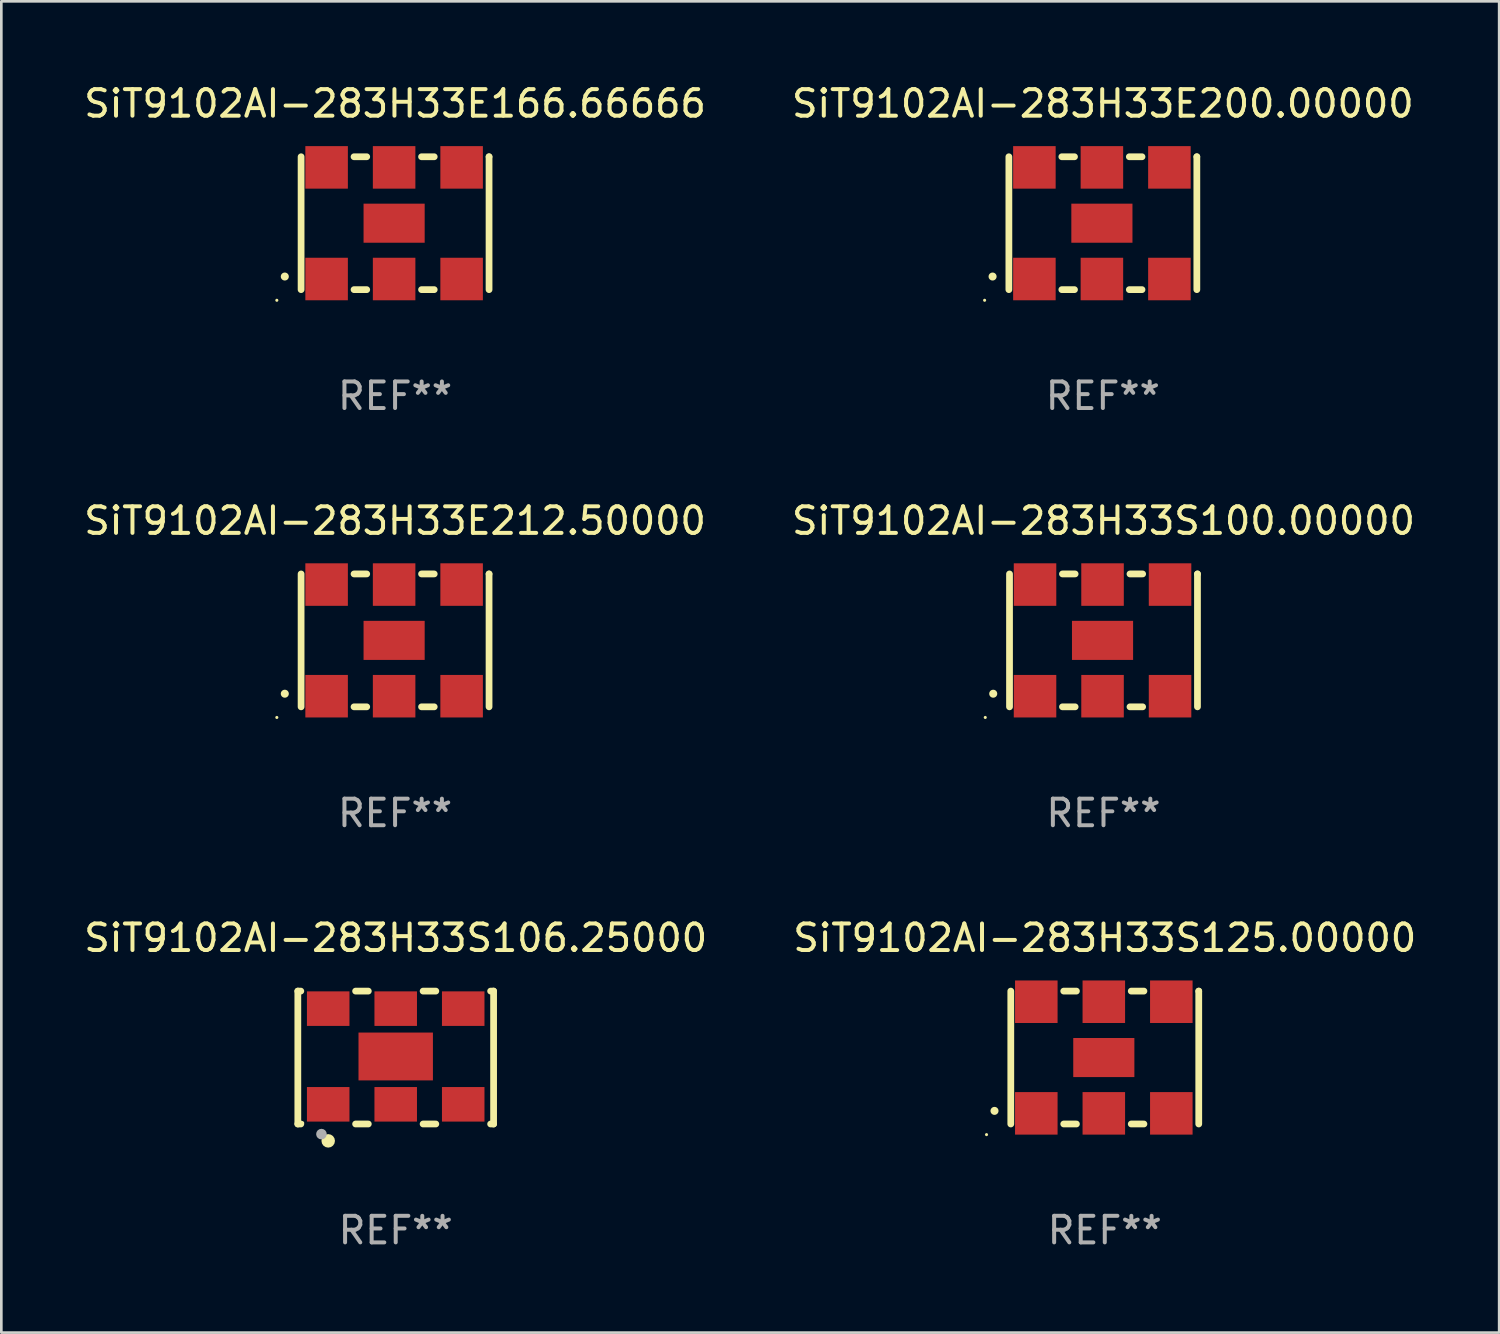
<source format=kicad_pcb>
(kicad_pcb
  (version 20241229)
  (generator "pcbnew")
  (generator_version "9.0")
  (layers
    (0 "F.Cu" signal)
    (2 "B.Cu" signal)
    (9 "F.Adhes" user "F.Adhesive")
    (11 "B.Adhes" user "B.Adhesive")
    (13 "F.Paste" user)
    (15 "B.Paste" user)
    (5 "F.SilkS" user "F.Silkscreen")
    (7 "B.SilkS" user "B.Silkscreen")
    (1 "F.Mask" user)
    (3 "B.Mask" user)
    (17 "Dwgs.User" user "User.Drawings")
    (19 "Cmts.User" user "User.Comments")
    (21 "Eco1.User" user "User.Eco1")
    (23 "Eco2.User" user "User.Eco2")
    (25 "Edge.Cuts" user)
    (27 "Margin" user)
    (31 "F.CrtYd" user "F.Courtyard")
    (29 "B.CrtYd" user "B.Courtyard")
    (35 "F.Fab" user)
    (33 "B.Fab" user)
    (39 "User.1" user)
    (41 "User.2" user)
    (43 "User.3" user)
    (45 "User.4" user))
  (footprint "SiT9102AI-283H33S106.25000"
    (layer "F.Cu")
    (at 11.839 36.741)
    (property "Reference" "SiT9102AI-283H33S106.25000" (at 0 -4.5 0) (layer "F.SilkS") (effects (font (size 1 1) (thickness 0.15))))
    (attr through_hole)
    (fp_line (start -3.683 -2.5) (end -3.571 -2.5) (stroke (width 0.254) (type solid)) (layer "F.SilkS"))
    (fp_line (start -3.683 2.5) (end -3.683 -2.5) (stroke (width 0.254) (type solid)) (layer "F.SilkS"))
    (fp_line (start -3.683 2.5) (end -3.571 2.5) (stroke (width 0.254) (type solid)) (layer "F.SilkS"))
    (fp_line (start -1.509 -2.5) (end -1.031 -2.5) (stroke (width 0.254) (type solid)) (layer "F.SilkS"))
    (fp_line (start -1.509 2.5) (end -1.031 2.5) (stroke (width 0.254) (type solid)) (layer "F.SilkS"))
    (fp_line (start 1.031 -2.5) (end 1.509 -2.5) (stroke (width 0.254) (type solid)) (layer "F.SilkS"))
    (fp_line (start 1.031 2.5) (end 1.509 2.5) (stroke (width 0.254) (type solid)) (layer "F.SilkS"))
    (fp_line (start 3.571 -2.5) (end 3.683 -2.5) (stroke (width 0.254) (type solid)) (layer "F.SilkS"))
    (fp_line (start 3.571 2.5) (end 3.683 2.5) (stroke (width 0.254) (type solid)) (layer "F.SilkS"))
    (fp_line (start 3.683 2.5) (end 3.683 -2.5) (stroke (width 0.254) (type solid)) (layer "F.SilkS"))
    (fp_circle (center -3.5 2.46) (end -3.47 2.46) (stroke (width 0.06) (type solid)) (fill no) (layer "F.SilkS"))
    (fp_circle (center -2.54 3.135) (end -2.413 3.135) (stroke (width 0.254) (type solid)) (fill no) (layer "F.SilkS"))
    (fp_circle (center -2.794 2.881) (end -2.694 2.881) (stroke (width 0.2) (type solid)) (fill no) (layer "F.Fab"))
    (fp_text user "REF**" (at 0 6.5 0) (layer "F.Fab") (effects (font (size 1 1) (thickness 0.15))))
    (pad "1" smd rect (at -2.54 1.76) (size 1.6 1.3) (layers "F.Cu" "F.Mask" "F.Paste"))
    (pad "2" smd rect (at 0 1.76) (size 1.6 1.3) (layers "F.Cu" "F.Mask" "F.Paste"))
    (pad "3" smd rect (at 2.54 1.76) (size 1.6 1.3) (layers "F.Cu" "F.Mask" "F.Paste"))
    (pad "4" smd rect (at 2.54 -1.84) (size 1.6 1.3) (layers "F.Cu" "F.Mask" "F.Paste"))
    (pad "5" smd rect (at 0 -1.84) (size 1.6 1.3) (layers "F.Cu" "F.Mask" "F.Paste"))
    (pad "6" smd rect (at -2.54 -1.84) (size 1.6 1.3) (layers "F.Cu" "F.Mask" "F.Paste"))
    (pad "7" smd rect (at 0 -0.04) (size 2.8 1.8) (layers "F.Cu" "F.Mask" "F.Paste")))
  (footprint "SiT9102AI-283H33S100.00000"
    (layer "F.Cu")
    (at 38.47 21.045)
    (property "Reference" "SiT9102AI-283H33S100.00000" (at 0 -4.5 0) (layer "F.SilkS") (effects (font (size 1 1) (thickness 0.15))))
    (attr through_hole)
    (fp_line (start -3.536 -2.5) (end -3.536 2.5) (stroke (width 0.254) (type solid)) (layer "F.SilkS"))
    (fp_line (start -1.544 2.5) (end -1.067 2.5) (stroke (width 0.254) (type solid)) (layer "F.SilkS"))
    (fp_line (start -1.067 -2.5) (end -1.544 -2.5) (stroke (width 0.254) (type solid)) (layer "F.SilkS"))
    (fp_line (start 0.996 2.5) (end 1.473 2.5) (stroke (width 0.254) (type solid)) (layer "F.SilkS"))
    (fp_line (start 1.473 -2.5) (end 0.996 -2.5) (stroke (width 0.254) (type solid)) (layer "F.SilkS"))
    (fp_line (start 3.536 -2.5) (end 3.536 -2.5) (stroke (width 0.254) (type solid)) (layer "F.SilkS"))
    (fp_line (start 3.536 2.5) (end 3.536 -2.5) (stroke (width 0.254) (type solid)) (layer "F.SilkS"))
    (fp_arc (start -4.150432 2.006604) (mid -4.149162 2.006599) (end -4.147892 2.006604) (stroke (width 0.3) (type solid)) (layer "F.SilkS"))
    (fp_circle (center -4.449 2.9) (end -4.419 2.9) (stroke (width 0.06) (type solid)) (fill no) (layer "F.SilkS"))
    (fp_text user "REF**" (at 0 6.5 0) (layer "F.Fab") (effects (font (size 1 1) (thickness 0.15))))
    (pad "1" smd rect (at -2.576 2.1) (size 1.6 1.6) (layers "F.Cu" "F.Mask" "F.Paste"))
    (pad "2" smd rect (at -0.036 2.1) (size 1.6 1.6) (layers "F.Cu" "F.Mask" "F.Paste"))
    (pad "3" smd rect (at 2.504 2.1) (size 1.6 1.6) (layers "F.Cu" "F.Mask" "F.Paste"))
    (pad "4" smd rect (at 2.504 -2.1) (size 1.6 1.6) (layers "F.Cu" "F.Mask" "F.Paste"))
    (pad "5" smd rect (at -0.036 -2.1) (size 1.6 1.6) (layers "F.Cu" "F.Mask" "F.Paste"))
    (pad "6" smd rect (at -2.576 -2.1) (size 1.6 1.6) (layers "F.Cu" "F.Mask" "F.Paste"))
    (pad "7" smd rect (at -0.036 0) (size 2.3 1.47) (layers "F.Cu" "F.Mask" "F.Paste")))
  (footprint "SiT9102AI-283H33E166.66666"
    (layer "F.Cu")
    (at 11.815 5.348)
    (property "Reference" "SiT9102AI-283H33E166.66666" (at 0 -4.5 0) (layer "F.SilkS") (effects (font (size 1 1) (thickness 0.15))))
    (attr through_hole)
    (fp_line (start -3.536 -2.5) (end -3.536 2.5) (stroke (width 0.254) (type solid)) (layer "F.SilkS"))
    (fp_line (start -1.544 2.5) (end -1.067 2.5) (stroke (width 0.254) (type solid)) (layer "F.SilkS"))
    (fp_line (start -1.067 -2.5) (end -1.544 -2.5) (stroke (width 0.254) (type solid)) (layer "F.SilkS"))
    (fp_line (start 0.996 2.5) (end 1.473 2.5) (stroke (width 0.254) (type solid)) (layer "F.SilkS"))
    (fp_line (start 1.473 -2.5) (end 0.996 -2.5) (stroke (width 0.254) (type solid)) (layer "F.SilkS"))
    (fp_line (start 3.536 -2.5) (end 3.536 -2.5) (stroke (width 0.254) (type solid)) (layer "F.SilkS"))
    (fp_line (start 3.536 2.5) (end 3.536 -2.5) (stroke (width 0.254) (type solid)) (layer "F.SilkS"))
    (fp_arc (start -4.150432 2.006604) (mid -4.149162 2.006599) (end -4.147892 2.006604) (stroke (width 0.3) (type solid)) (layer "F.SilkS"))
    (fp_circle (center -4.449 2.9) (end -4.419 2.9) (stroke (width 0.06) (type solid)) (fill no) (layer "F.SilkS"))
    (fp_text user "REF**" (at 0 6.5 0) (layer "F.Fab") (effects (font (size 1 1) (thickness 0.15))))
    (pad "1" smd rect (at -2.576 2.1) (size 1.6 1.6) (layers "F.Cu" "F.Mask" "F.Paste"))
    (pad "2" smd rect (at -0.036 2.1) (size 1.6 1.6) (layers "F.Cu" "F.Mask" "F.Paste"))
    (pad "3" smd rect (at 2.504 2.1) (size 1.6 1.6) (layers "F.Cu" "F.Mask" "F.Paste"))
    (pad "4" smd rect (at 2.504 -2.1) (size 1.6 1.6) (layers "F.Cu" "F.Mask" "F.Paste"))
    (pad "5" smd rect (at -0.036 -2.1) (size 1.6 1.6) (layers "F.Cu" "F.Mask" "F.Paste"))
    (pad "6" smd rect (at -2.576 -2.1) (size 1.6 1.6) (layers "F.Cu" "F.Mask" "F.Paste"))
    (pad "7" smd rect (at -0.036 0) (size 2.3 1.47) (layers "F.Cu" "F.Mask" "F.Paste")))
  (footprint "SiT9102AI-283H33S125.00000"
    (layer "F.Cu")
    (at 38.518 36.741)
    (property "Reference" "SiT9102AI-283H33S125.00000" (at 0 -4.5 0) (layer "F.SilkS") (effects (font (size 1 1) (thickness 0.15))))
    (attr through_hole)
    (fp_line (start -3.536 -2.5) (end -3.536 2.5) (stroke (width 0.254) (type solid)) (layer "F.SilkS"))
    (fp_line (start -1.544 2.5) (end -1.067 2.5) (stroke (width 0.254) (type solid)) (layer "F.SilkS"))
    (fp_line (start -1.067 -2.5) (end -1.544 -2.5) (stroke (width 0.254) (type solid)) (layer "F.SilkS"))
    (fp_line (start 0.996 2.5) (end 1.473 2.5) (stroke (width 0.254) (type solid)) (layer "F.SilkS"))
    (fp_line (start 1.473 -2.5) (end 0.996 -2.5) (stroke (width 0.254) (type solid)) (layer "F.SilkS"))
    (fp_line (start 3.536 -2.5) (end 3.536 -2.5) (stroke (width 0.254) (type solid)) (layer "F.SilkS"))
    (fp_line (start 3.536 2.5) (end 3.536 -2.5) (stroke (width 0.254) (type solid)) (layer "F.SilkS"))
    (fp_arc (start -4.150432 2.006604) (mid -4.149162 2.006599) (end -4.147892 2.006604) (stroke (width 0.3) (type solid)) (layer "F.SilkS"))
    (fp_circle (center -4.449 2.9) (end -4.419 2.9) (stroke (width 0.06) (type solid)) (fill no) (layer "F.SilkS"))
    (fp_text user "REF**" (at 0 6.5 0) (layer "F.Fab") (effects (font (size 1 1) (thickness 0.15))))
    (pad "1" smd rect (at -2.576 2.1) (size 1.6 1.6) (layers "F.Cu" "F.Mask" "F.Paste"))
    (pad "2" smd rect (at -0.036 2.1) (size 1.6 1.6) (layers "F.Cu" "F.Mask" "F.Paste"))
    (pad "3" smd rect (at 2.504 2.1) (size 1.6 1.6) (layers "F.Cu" "F.Mask" "F.Paste"))
    (pad "4" smd rect (at 2.504 -2.1) (size 1.6 1.6) (layers "F.Cu" "F.Mask" "F.Paste"))
    (pad "5" smd rect (at -0.036 -2.1) (size 1.6 1.6) (layers "F.Cu" "F.Mask" "F.Paste"))
    (pad "6" smd rect (at -2.576 -2.1) (size 1.6 1.6) (layers "F.Cu" "F.Mask" "F.Paste"))
    (pad "7" smd rect (at -0.036 0) (size 2.3 1.47) (layers "F.Cu" "F.Mask" "F.Paste")))
  (footprint "SiT9102AI-283H33E200.00000"
    (layer "F.Cu")
    (at 38.446 5.348)
    (property "Reference" "SiT9102AI-283H33E200.00000" (at 0 -4.5 0) (layer "F.SilkS") (effects (font (size 1 1) (thickness 0.15))))
    (attr through_hole)
    (fp_line (start -3.536 -2.5) (end -3.536 2.5) (stroke (width 0.254) (type solid)) (layer "F.SilkS"))
    (fp_line (start -1.544 2.5) (end -1.067 2.5) (stroke (width 0.254) (type solid)) (layer "F.SilkS"))
    (fp_line (start -1.067 -2.5) (end -1.544 -2.5) (stroke (width 0.254) (type solid)) (layer "F.SilkS"))
    (fp_line (start 0.996 2.5) (end 1.473 2.5) (stroke (width 0.254) (type solid)) (layer "F.SilkS"))
    (fp_line (start 1.473 -2.5) (end 0.996 -2.5) (stroke (width 0.254) (type solid)) (layer "F.SilkS"))
    (fp_line (start 3.536 -2.5) (end 3.536 -2.5) (stroke (width 0.254) (type solid)) (layer "F.SilkS"))
    (fp_line (start 3.536 2.5) (end 3.536 -2.5) (stroke (width 0.254) (type solid)) (layer "F.SilkS"))
    (fp_arc (start -4.150432 2.006604) (mid -4.149162 2.006599) (end -4.147892 2.006604) (stroke (width 0.3) (type solid)) (layer "F.SilkS"))
    (fp_circle (center -4.449 2.9) (end -4.419 2.9) (stroke (width 0.06) (type solid)) (fill no) (layer "F.SilkS"))
    (fp_text user "REF**" (at 0 6.5 0) (layer "F.Fab") (effects (font (size 1 1) (thickness 0.15))))
    (pad "1" smd rect (at -2.576 2.1) (size 1.6 1.6) (layers "F.Cu" "F.Mask" "F.Paste"))
    (pad "2" smd rect (at -0.036 2.1) (size 1.6 1.6) (layers "F.Cu" "F.Mask" "F.Paste"))
    (pad "3" smd rect (at 2.504 2.1) (size 1.6 1.6) (layers "F.Cu" "F.Mask" "F.Paste"))
    (pad "4" smd rect (at 2.504 -2.1) (size 1.6 1.6) (layers "F.Cu" "F.Mask" "F.Paste"))
    (pad "5" smd rect (at -0.036 -2.1) (size 1.6 1.6) (layers "F.Cu" "F.Mask" "F.Paste"))
    (pad "6" smd rect (at -2.576 -2.1) (size 1.6 1.6) (layers "F.Cu" "F.Mask" "F.Paste"))
    (pad "7" smd rect (at -0.036 0) (size 2.3 1.47) (layers "F.Cu" "F.Mask" "F.Paste")))
  (footprint "SiT9102AI-283H33E212.50000"
    (layer "F.Cu")
    (at 11.815 21.045)
    (property "Reference" "SiT9102AI-283H33E212.50000" (at 0 -4.5 0) (layer "F.SilkS") (effects (font (size 1 1) (thickness 0.15))))
    (attr through_hole)
    (fp_line (start -3.536 -2.5) (end -3.536 2.5) (stroke (width 0.254) (type solid)) (layer "F.SilkS"))
    (fp_line (start -1.544 2.5) (end -1.067 2.5) (stroke (width 0.254) (type solid)) (layer "F.SilkS"))
    (fp_line (start -1.067 -2.5) (end -1.544 -2.5) (stroke (width 0.254) (type solid)) (layer "F.SilkS"))
    (fp_line (start 0.996 2.5) (end 1.473 2.5) (stroke (width 0.254) (type solid)) (layer "F.SilkS"))
    (fp_line (start 1.473 -2.5) (end 0.996 -2.5) (stroke (width 0.254) (type solid)) (layer "F.SilkS"))
    (fp_line (start 3.536 -2.5) (end 3.536 -2.5) (stroke (width 0.254) (type solid)) (layer "F.SilkS"))
    (fp_line (start 3.536 2.5) (end 3.536 -2.5) (stroke (width 0.254) (type solid)) (layer "F.SilkS"))
    (fp_arc (start -4.150432 2.006604) (mid -4.149162 2.006599) (end -4.147892 2.006604) (stroke (width 0.3) (type solid)) (layer "F.SilkS"))
    (fp_circle (center -4.449 2.9) (end -4.419 2.9) (stroke (width 0.06) (type solid)) (fill no) (layer "F.SilkS"))
    (fp_text user "REF**" (at 0 6.5 0) (layer "F.Fab") (effects (font (size 1 1) (thickness 0.15))))
    (pad "1" smd rect (at -2.576 2.1) (size 1.6 1.6) (layers "F.Cu" "F.Mask" "F.Paste"))
    (pad "2" smd rect (at -0.036 2.1) (size 1.6 1.6) (layers "F.Cu" "F.Mask" "F.Paste"))
    (pad "3" smd rect (at 2.504 2.1) (size 1.6 1.6) (layers "F.Cu" "F.Mask" "F.Paste"))
    (pad "4" smd rect (at 2.504 -2.1) (size 1.6 1.6) (layers "F.Cu" "F.Mask" "F.Paste"))
    (pad "5" smd rect (at -0.036 -2.1) (size 1.6 1.6) (layers "F.Cu" "F.Mask" "F.Paste"))
    (pad "6" smd rect (at -2.576 -2.1) (size 1.6 1.6) (layers "F.Cu" "F.Mask" "F.Paste"))
    (pad "7" smd rect (at -0.036 0) (size 2.3 1.47) (layers "F.Cu" "F.Mask" "F.Paste")))
  (gr_rect
    (start -3 -3)
    (end 53.357 47.09)
    (stroke (width 0.1) (type default))
    (fill no)
    (layer "Edge.Cuts")))
</source>
